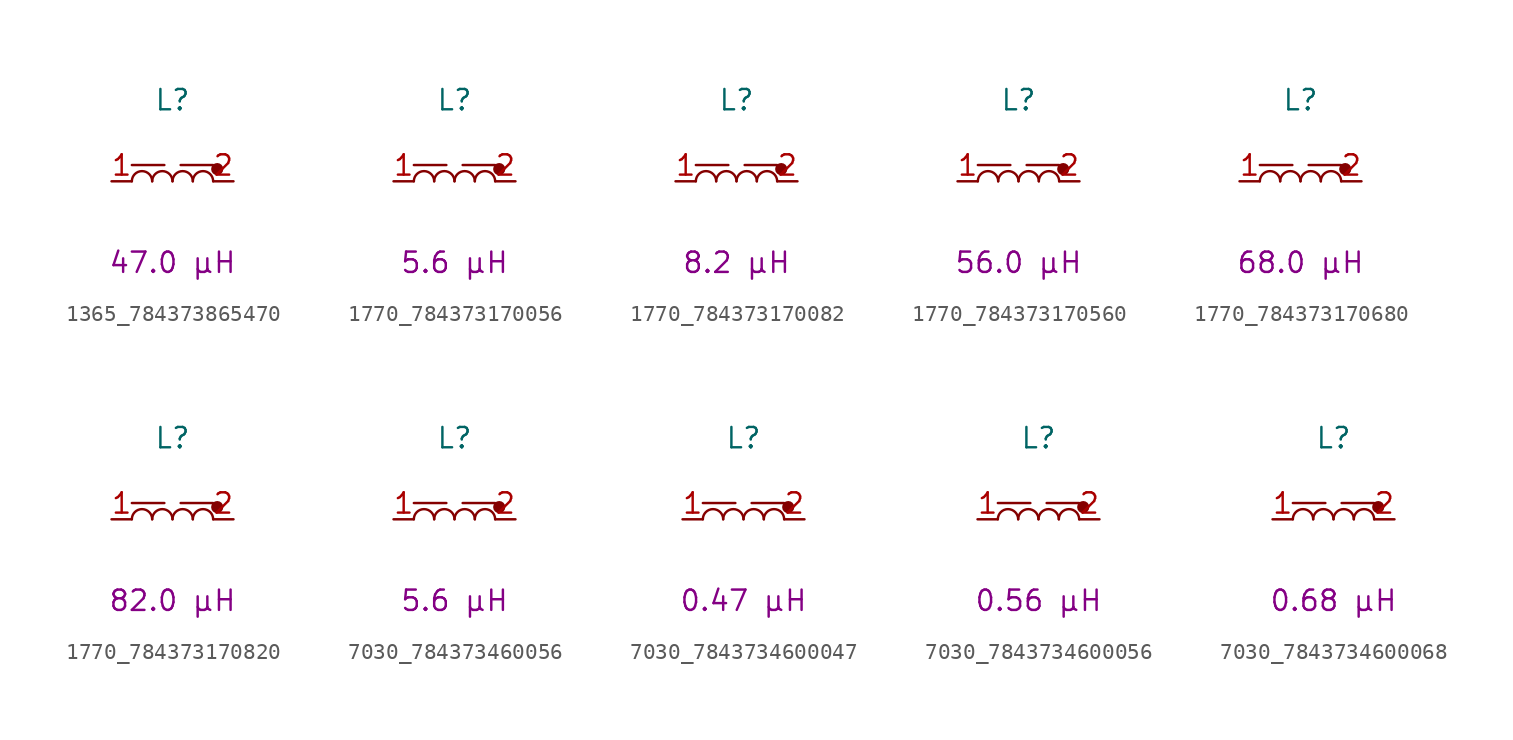
<source format=kicad_sym>
(kicad_symbol_lib
  (version 20220914)
  (generator kicad_symbol_editor)
  (symbol "1365_784373865470"
    (pin_names hide)
    (property "Reference" "L"
      (at 0 5.08 0)
      (effects (font (size 1.27 1.27))))
    (property "Critical Parameter" "47.0 µH"
      (at 0 -5.08 0)
      (effects (font (size 1.27 1.27))))
    (symbol "1365_784373865470_0_1"
      (arc (start -1.27 0) (mid -1.905 0.6323) (end -2.54 0) (stroke (width 0) (type default)) (fill (type none)))
      (arc (start 0 0) (mid -0.635 0.6323) (end -1.27 0) (stroke (width 0) (type default)) (fill (type none)))
      (polyline (pts (xy -2.54 1.016) (xy -0.508 1.016)) (stroke (width 0) (type default)) (fill (type none)))
      (arc (start 1.27 0) (mid 0.635 0.6323) (end 0 0) (stroke (width 0) (type default)) (fill (type none)))
      (arc (start 2.54 0) (mid 1.905 0.6323) (end 1.27 0) (stroke (width 0) (type default)) (fill (type none))))
    (symbol "1365_784373865470_1_1"
      (polyline (pts (xy 2.54 1.016) (xy 0.508 1.016)) (stroke (width 0) (type default)) (fill (type none)))
      (circle (center 2.794 0.762) (radius 0.0001) (stroke (width 0.381) (type default)) (fill (type none)))
      (pin passive line (at -3.81 0 0) (length 1.27) (name "1" (effects (font (size 1.27 1.27)))) (number "1" (effects (font (size 1.27 1.27)))))
      (pin passive line (at 3.81 0 180) (length 1.27) (name "2" (effects (font (size 1.27 1.27)))) (number "2" (effects (font (size 1.27 1.27)))))))
  (symbol "1770_784373170056"
    (pin_names hide)
    (property "Reference" "L"
      (at 0 5.08 0)
      (effects (font (size 1.27 1.27))))
    (property "Critical Parameter" "5.6 µH"
      (at 0 -5.08 0)
      (effects (font (size 1.27 1.27))))
    (symbol "1770_784373170056_0_1"
      (arc (start -1.27 0) (mid -1.905 0.6323) (end -2.54 0) (stroke (width 0) (type default)) (fill (type none)))
      (arc (start 0 0) (mid -0.635 0.6323) (end -1.27 0) (stroke (width 0) (type default)) (fill (type none)))
      (polyline (pts (xy -2.54 1.016) (xy -0.508 1.016)) (stroke (width 0) (type default)) (fill (type none)))
      (arc (start 1.27 0) (mid 0.635 0.6323) (end 0 0) (stroke (width 0) (type default)) (fill (type none)))
      (arc (start 2.54 0) (mid 1.905 0.6323) (end 1.27 0) (stroke (width 0) (type default)) (fill (type none))))
    (symbol "1770_784373170056_1_1"
      (polyline (pts (xy 2.54 1.016) (xy 0.508 1.016)) (stroke (width 0) (type default)) (fill (type none)))
      (circle (center 2.794 0.762) (radius 0.0001) (stroke (width 0.381) (type default)) (fill (type none)))
      (pin passive line (at -3.81 0 0) (length 1.27) (name "1" (effects (font (size 1.27 1.27)))) (number "1" (effects (font (size 1.27 1.27)))))
      (pin passive line (at 3.81 0 180) (length 1.27) (name "2" (effects (font (size 1.27 1.27)))) (number "2" (effects (font (size 1.27 1.27)))))))
  (symbol "1770_784373170082"
    (pin_names hide)
    (property "Reference" "L"
      (at 0 5.08 0)
      (effects (font (size 1.27 1.27))))
    (property "Critical Parameter" "8.2 µH"
      (at 0 -5.08 0)
      (effects (font (size 1.27 1.27))))
    (symbol "1770_784373170082_0_1"
      (arc (start -1.27 0) (mid -1.905 0.6323) (end -2.54 0) (stroke (width 0) (type default)) (fill (type none)))
      (arc (start 0 0) (mid -0.635 0.6323) (end -1.27 0) (stroke (width 0) (type default)) (fill (type none)))
      (polyline (pts (xy -2.54 1.016) (xy -0.508 1.016)) (stroke (width 0) (type default)) (fill (type none)))
      (arc (start 1.27 0) (mid 0.635 0.6323) (end 0 0) (stroke (width 0) (type default)) (fill (type none)))
      (arc (start 2.54 0) (mid 1.905 0.6323) (end 1.27 0) (stroke (width 0) (type default)) (fill (type none))))
    (symbol "1770_784373170082_1_1"
      (polyline (pts (xy 2.54 1.016) (xy 0.508 1.016)) (stroke (width 0) (type default)) (fill (type none)))
      (circle (center 2.794 0.762) (radius 0.0001) (stroke (width 0.381) (type default)) (fill (type none)))
      (pin passive line (at -3.81 0 0) (length 1.27) (name "1" (effects (font (size 1.27 1.27)))) (number "1" (effects (font (size 1.27 1.27)))))
      (pin passive line (at 3.81 0 180) (length 1.27) (name "2" (effects (font (size 1.27 1.27)))) (number "2" (effects (font (size 1.27 1.27)))))))
  (symbol "1770_784373170560"
    (pin_names hide)
    (property "Reference" "L"
      (at 0 5.08 0)
      (effects (font (size 1.27 1.27))))
    (property "Critical Parameter" "56.0 µH"
      (at 0 -5.08 0)
      (effects (font (size 1.27 1.27))))
    (symbol "1770_784373170560_0_1"
      (arc (start -1.27 0) (mid -1.905 0.6323) (end -2.54 0) (stroke (width 0) (type default)) (fill (type none)))
      (arc (start 0 0) (mid -0.635 0.6323) (end -1.27 0) (stroke (width 0) (type default)) (fill (type none)))
      (polyline (pts (xy -2.54 1.016) (xy -0.508 1.016)) (stroke (width 0) (type default)) (fill (type none)))
      (arc (start 1.27 0) (mid 0.635 0.6323) (end 0 0) (stroke (width 0) (type default)) (fill (type none)))
      (arc (start 2.54 0) (mid 1.905 0.6323) (end 1.27 0) (stroke (width 0) (type default)) (fill (type none))))
    (symbol "1770_784373170560_1_1"
      (polyline (pts (xy 2.54 1.016) (xy 0.508 1.016)) (stroke (width 0) (type default)) (fill (type none)))
      (circle (center 2.794 0.762) (radius 0.0001) (stroke (width 0.381) (type default)) (fill (type none)))
      (pin passive line (at -3.81 0 0) (length 1.27) (name "1" (effects (font (size 1.27 1.27)))) (number "1" (effects (font (size 1.27 1.27)))))
      (pin passive line (at 3.81 0 180) (length 1.27) (name "2" (effects (font (size 1.27 1.27)))) (number "2" (effects (font (size 1.27 1.27)))))))
  (symbol "1770_784373170680"
    (pin_names hide)
    (property "Reference" "L"
      (at 0 5.08 0)
      (effects (font (size 1.27 1.27))))
    (property "Critical Parameter" "68.0 µH"
      (at 0 -5.08 0)
      (effects (font (size 1.27 1.27))))
    (symbol "1770_784373170680_0_1"
      (arc (start -1.27 0) (mid -1.905 0.6323) (end -2.54 0) (stroke (width 0) (type default)) (fill (type none)))
      (arc (start 0 0) (mid -0.635 0.6323) (end -1.27 0) (stroke (width 0) (type default)) (fill (type none)))
      (polyline (pts (xy -2.54 1.016) (xy -0.508 1.016)) (stroke (width 0) (type default)) (fill (type none)))
      (arc (start 1.27 0) (mid 0.635 0.6323) (end 0 0) (stroke (width 0) (type default)) (fill (type none)))
      (arc (start 2.54 0) (mid 1.905 0.6323) (end 1.27 0) (stroke (width 0) (type default)) (fill (type none))))
    (symbol "1770_784373170680_1_1"
      (polyline (pts (xy 2.54 1.016) (xy 0.508 1.016)) (stroke (width 0) (type default)) (fill (type none)))
      (circle (center 2.794 0.762) (radius 0.0001) (stroke (width 0.381) (type default)) (fill (type none)))
      (pin passive line (at -3.81 0 0) (length 1.27) (name "1" (effects (font (size 1.27 1.27)))) (number "1" (effects (font (size 1.27 1.27)))))
      (pin passive line (at 3.81 0 180) (length 1.27) (name "2" (effects (font (size 1.27 1.27)))) (number "2" (effects (font (size 1.27 1.27)))))))
  (symbol "1770_784373170820"
    (pin_names hide)
    (property "Reference" "L"
      (at 0 5.08 0)
      (effects (font (size 1.27 1.27))))
    (property "Critical Parameter" "82.0 µH"
      (at 0 -5.08 0)
      (effects (font (size 1.27 1.27))))
    (symbol "1770_784373170820_0_1"
      (arc (start -1.27 0) (mid -1.905 0.6323) (end -2.54 0) (stroke (width 0) (type default)) (fill (type none)))
      (arc (start 0 0) (mid -0.635 0.6323) (end -1.27 0) (stroke (width 0) (type default)) (fill (type none)))
      (polyline (pts (xy -2.54 1.016) (xy -0.508 1.016)) (stroke (width 0) (type default)) (fill (type none)))
      (arc (start 1.27 0) (mid 0.635 0.6323) (end 0 0) (stroke (width 0) (type default)) (fill (type none)))
      (arc (start 2.54 0) (mid 1.905 0.6323) (end 1.27 0) (stroke (width 0) (type default)) (fill (type none))))
    (symbol "1770_784373170820_1_1"
      (polyline (pts (xy 2.54 1.016) (xy 0.508 1.016)) (stroke (width 0) (type default)) (fill (type none)))
      (circle (center 2.794 0.762) (radius 0.0001) (stroke (width 0.381) (type default)) (fill (type none)))
      (pin passive line (at -3.81 0 0) (length 1.27) (name "1" (effects (font (size 1.27 1.27)))) (number "1" (effects (font (size 1.27 1.27)))))
      (pin passive line (at 3.81 0 180) (length 1.27) (name "2" (effects (font (size 1.27 1.27)))) (number "2" (effects (font (size 1.27 1.27)))))))
  (symbol "7030_784373460056"
    (pin_names hide)
    (property "Reference" "L"
      (at 0 5.08 0)
      (effects (font (size 1.27 1.27))))
    (property "Critical Parameter" "5.6 µH"
      (at 0 -5.08 0)
      (effects (font (size 1.27 1.27))))
    (symbol "7030_784373460056_0_1"
      (arc (start -1.27 0) (mid -1.905 0.6323) (end -2.54 0) (stroke (width 0) (type default)) (fill (type none)))
      (arc (start 0 0) (mid -0.635 0.6323) (end -1.27 0) (stroke (width 0) (type default)) (fill (type none)))
      (polyline (pts (xy -2.54 1.016) (xy -0.508 1.016)) (stroke (width 0) (type default)) (fill (type none)))
      (arc (start 1.27 0) (mid 0.635 0.6323) (end 0 0) (stroke (width 0) (type default)) (fill (type none)))
      (arc (start 2.54 0) (mid 1.905 0.6323) (end 1.27 0) (stroke (width 0) (type default)) (fill (type none))))
    (symbol "7030_784373460056_1_1"
      (polyline (pts (xy 2.54 1.016) (xy 0.508 1.016)) (stroke (width 0) (type default)) (fill (type none)))
      (circle (center 2.794 0.762) (radius 0.0001) (stroke (width 0.381) (type default)) (fill (type none)))
      (pin passive line (at -3.81 0 0) (length 1.27) (name "1" (effects (font (size 1.27 1.27)))) (number "1" (effects (font (size 1.27 1.27)))))
      (pin passive line (at 3.81 0 180) (length 1.27) (name "2" (effects (font (size 1.27 1.27)))) (number "2" (effects (font (size 1.27 1.27)))))))
  (symbol "7030_7843734600047"
    (pin_names hide)
    (property "Reference" "L"
      (at 0 5.08 0)
      (effects (font (size 1.27 1.27))))
    (property "Critical Parameter" "0.47 µH"
      (at 0 -5.08 0)
      (effects (font (size 1.27 1.27))))
    (symbol "7030_7843734600047_0_1"
      (arc (start -1.27 0) (mid -1.905 0.6323) (end -2.54 0) (stroke (width 0) (type default)) (fill (type none)))
      (arc (start 0 0) (mid -0.635 0.6323) (end -1.27 0) (stroke (width 0) (type default)) (fill (type none)))
      (polyline (pts (xy -2.54 1.016) (xy -0.508 1.016)) (stroke (width 0) (type default)) (fill (type none)))
      (arc (start 1.27 0) (mid 0.635 0.6323) (end 0 0) (stroke (width 0) (type default)) (fill (type none)))
      (arc (start 2.54 0) (mid 1.905 0.6323) (end 1.27 0) (stroke (width 0) (type default)) (fill (type none))))
    (symbol "7030_7843734600047_1_1"
      (polyline (pts (xy 2.54 1.016) (xy 0.508 1.016)) (stroke (width 0) (type default)) (fill (type none)))
      (circle (center 2.794 0.762) (radius 0.0001) (stroke (width 0.381) (type default)) (fill (type none)))
      (pin passive line (at -3.81 0 0) (length 1.27) (name "1" (effects (font (size 1.27 1.27)))) (number "1" (effects (font (size 1.27 1.27)))))
      (pin passive line (at 3.81 0 180) (length 1.27) (name "2" (effects (font (size 1.27 1.27)))) (number "2" (effects (font (size 1.27 1.27)))))))
  (symbol "7030_7843734600056"
    (pin_names hide)
    (property "Reference" "L"
      (at 0 5.08 0)
      (effects (font (size 1.27 1.27))))
    (property "Critical Parameter" "0.56 µH"
      (at 0 -5.08 0)
      (effects (font (size 1.27 1.27))))
    (symbol "7030_7843734600056_0_1"
      (arc (start -1.27 0) (mid -1.905 0.6323) (end -2.54 0) (stroke (width 0) (type default)) (fill (type none)))
      (arc (start 0 0) (mid -0.635 0.6323) (end -1.27 0) (stroke (width 0) (type default)) (fill (type none)))
      (polyline (pts (xy -2.54 1.016) (xy -0.508 1.016)) (stroke (width 0) (type default)) (fill (type none)))
      (arc (start 1.27 0) (mid 0.635 0.6323) (end 0 0) (stroke (width 0) (type default)) (fill (type none)))
      (arc (start 2.54 0) (mid 1.905 0.6323) (end 1.27 0) (stroke (width 0) (type default)) (fill (type none))))
    (symbol "7030_7843734600056_1_1"
      (polyline (pts (xy 2.54 1.016) (xy 0.508 1.016)) (stroke (width 0) (type default)) (fill (type none)))
      (circle (center 2.794 0.762) (radius 0.0001) (stroke (width 0.381) (type default)) (fill (type none)))
      (pin passive line (at -3.81 0 0) (length 1.27) (name "1" (effects (font (size 1.27 1.27)))) (number "1" (effects (font (size 1.27 1.27)))))
      (pin passive line (at 3.81 0 180) (length 1.27) (name "2" (effects (font (size 1.27 1.27)))) (number "2" (effects (font (size 1.27 1.27)))))))
  (symbol "7030_7843734600068"
    (pin_names hide)
    (property "Reference" "L"
      (at 0 5.08 0)
      (effects (font (size 1.27 1.27))))
    (property "Critical Parameter" "0.68 µH"
      (at 0 -5.08 0)
      (effects (font (size 1.27 1.27))))
    (symbol "7030_7843734600068_0_1"
      (arc (start -1.27 0) (mid -1.905 0.6323) (end -2.54 0) (stroke (width 0) (type default)) (fill (type none)))
      (arc (start 0 0) (mid -0.635 0.6323) (end -1.27 0) (stroke (width 0) (type default)) (fill (type none)))
      (polyline (pts (xy -2.54 1.016) (xy -0.508 1.016)) (stroke (width 0) (type default)) (fill (type none)))
      (arc (start 1.27 0) (mid 0.635 0.6323) (end 0 0) (stroke (width 0) (type default)) (fill (type none)))
      (arc (start 2.54 0) (mid 1.905 0.6323) (end 1.27 0) (stroke (width 0) (type default)) (fill (type none))))
    (symbol "7030_7843734600068_1_1"
      (polyline (pts (xy 2.54 1.016) (xy 0.508 1.016)) (stroke (width 0) (type default)) (fill (type none)))
      (circle (center 2.794 0.762) (radius 0.0001) (stroke (width 0.381) (type default)) (fill (type none)))
      (pin passive line (at -3.81 0 0) (length 1.27) (name "1" (effects (font (size 1.27 1.27)))) (number "1" (effects (font (size 1.27 1.27)))))
      (pin passive line (at 3.81 0 180) (length 1.27) (name "2" (effects (font (size 1.27 1.27)))) (number "2" (effects (font (size 1.27 1.27))))))))
</source>
